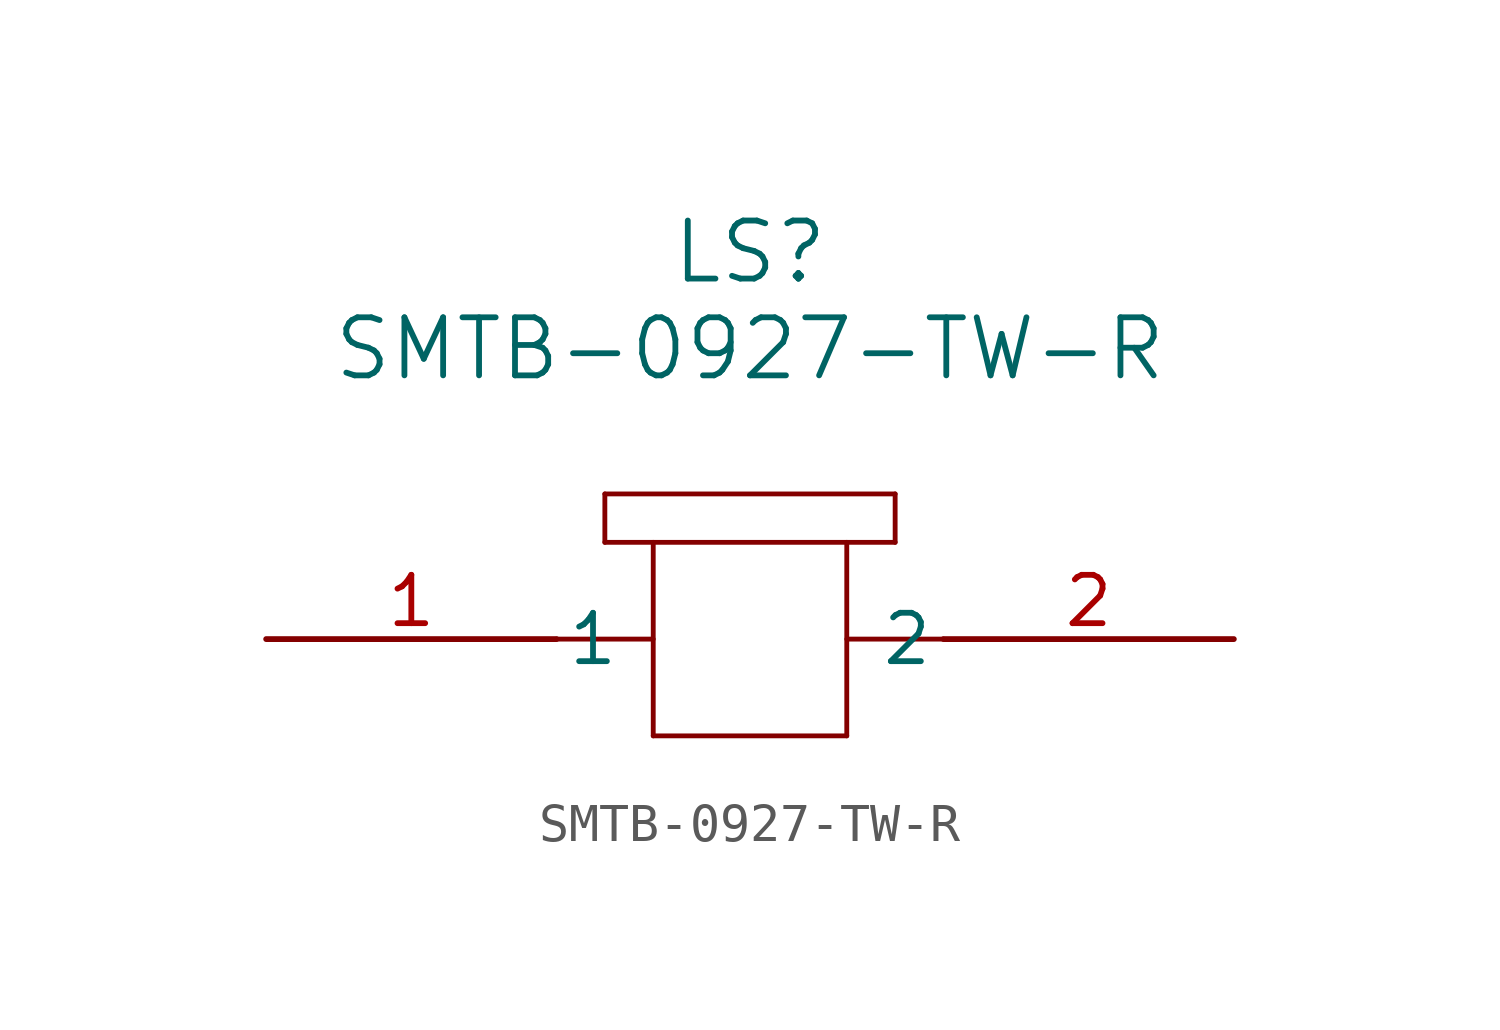
<source format=kicad_sym>
(kicad_symbol_lib
  (version 20211014)
  (generator kicad_symbol_editor)
  (symbol "SMTB-0927-TW-R"
    (pin_names
      (offset 0.254))
    (property "Reference" "LS"
      (at 12.7 10.16 0)
      (effects (font (size 1.524 1.524))))
    (property "Value" "SMTB-0927-TW-R"
      (at 12.7 7.62 0)
      (effects (font (size 1.524 1.524))))
    (symbol "SMTB-0927-TW-R_0_1"
      (polyline (pts (xy 7.62 0) (xy 10.16 0)) (stroke (width 0.127) (type default) (color 0 0 0 0)) (fill (type none)))
      (polyline (pts (xy 17.78 0) (xy 15.24 0)) (stroke (width 0.127) (type default) (color 0 0 0 0)) (fill (type none)))
      (polyline (pts (xy 10.16 2.54) (xy 10.16 -2.54)) (stroke (width 0.127) (type default) (color 0 0 0 0)) (fill (type none)))
      (polyline (pts (xy 10.16 -2.54) (xy 15.24 -2.54)) (stroke (width 0.127) (type default) (color 0 0 0 0)) (fill (type none)))
      (polyline (pts (xy 15.24 -2.54) (xy 15.24 2.54)) (stroke (width 0.127) (type default) (color 0 0 0 0)) (fill (type none)))
      (polyline (pts (xy 16.51 2.54) (xy 8.89 2.54)) (stroke (width 0.127) (type default) (color 0 0 0 0)) (fill (type none)))
      (polyline (pts (xy 8.89 3.81) (xy 8.89 2.54)) (stroke (width 0.127) (type default) (color 0 0 0 0)) (fill (type none)))
      (polyline (pts (xy 8.89 3.81) (xy 16.51 3.81)) (stroke (width 0.127) (type default) (color 0 0 0 0)) (fill (type none)))
      (polyline (pts (xy 16.51 3.81) (xy 16.51 2.54)) (stroke (width 0.127) (type default) (color 0 0 0 0)) (fill (type none)))
      (pin unspecified line (at 0 0 0) (length 7.62) (name "1" (effects (font (size 1.27 1.27)))) (number "1" (effects (font (size 1.27 1.27)))))
      (pin unspecified line (at 25.4 0 180) (length 7.62) (name "2" (effects (font (size 1.27 1.27)))) (number "2" (effects (font (size 1.27 1.27))))))))
</source>
